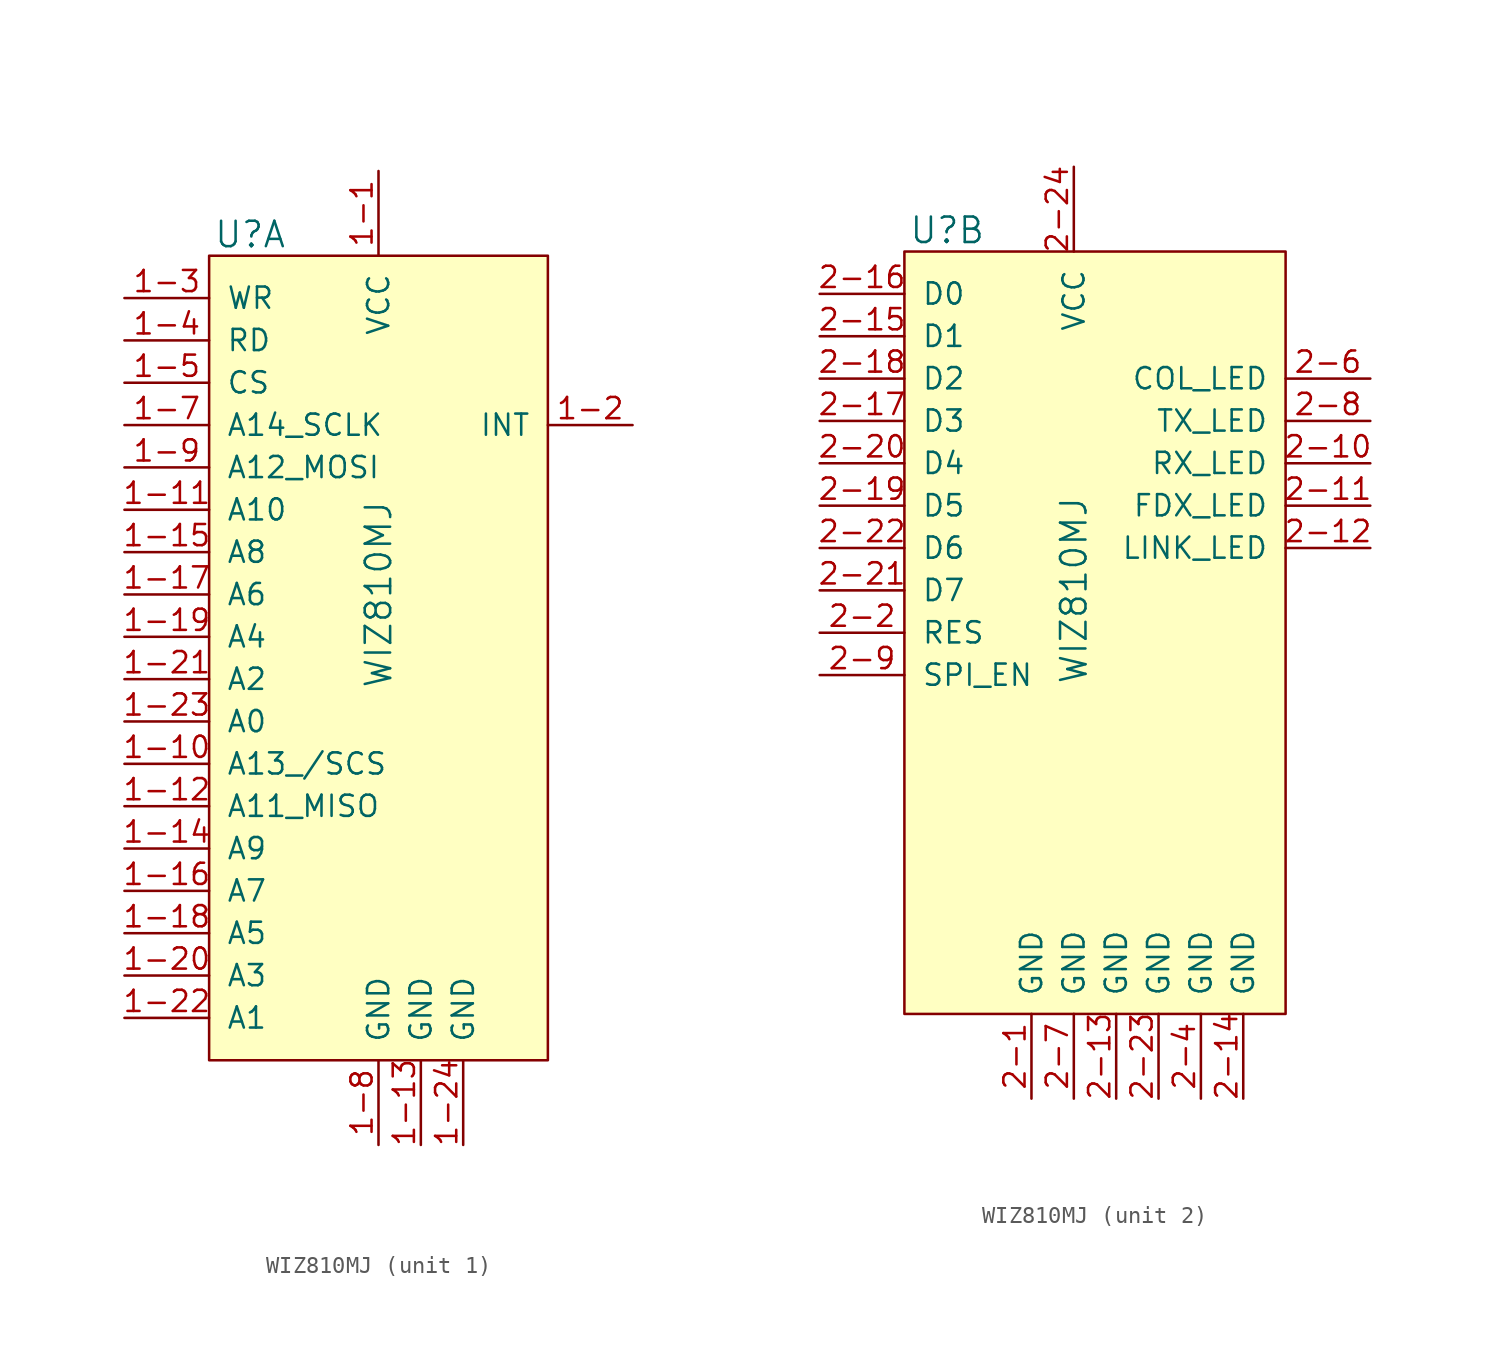
<source format=kicad_sym>
(kicad_symbol_lib
  (version 20231120)
  (generator "kicad_symbol_editor")
  (generator_version "8.0")
  (symbol "WIZ810MJ"
    (pin_names
      (offset 1.016))
    (property "Reference" "U"
      (at -9.906 21.59 0)
      (effects (font (size 1.524 1.524)) (justify left)))
    (property "Value" "WIZ810MJ"
      (at 0 0 90)
      (effects (font (size 1.524 1.524))))
    (property "ki_locked" ""
      (at 0 0 0)
      (effects (font (size 1.27 1.27))))
    (symbol "WIZ810MJ_1_1"
      (rectangle (start -10.16 20.32) (end 10.16 -27.94) (stroke (width 0) (type solid)) (fill (type background)))
      (pin power_in line (at 0 25.4 270) (length 5.08) (name "VCC" (effects (font (size 1.27 1.27)))) (number "1-1" (effects (font (size 1.27 1.27)))))
      (pin input line (at -15.24 -10.16 0) (length 5.08) (name "A13_/SCS" (effects (font (size 1.27 1.27)))) (number "1-10" (effects (font (size 1.27 1.27)))))
      (pin input line (at -15.24 5.08 0) (length 5.08) (name "A10" (effects (font (size 1.27 1.27)))) (number "1-11" (effects (font (size 1.27 1.27)))))
      (pin bidirectional line (at -15.24 -12.7 0) (length 5.08) (name "A11_MISO" (effects (font (size 1.27 1.27)))) (number "1-12" (effects (font (size 1.27 1.27)))))
      (pin power_in line (at 2.54 -33.02 90) (length 5.08) (name "GND" (effects (font (size 1.27 1.27)))) (number "1-13" (effects (font (size 1.27 1.27)))))
      (pin input line (at -15.24 -15.24 0) (length 5.08) (name "A9" (effects (font (size 1.27 1.27)))) (number "1-14" (effects (font (size 1.27 1.27)))))
      (pin input line (at -15.24 2.54 0) (length 5.08) (name "A8" (effects (font (size 1.27 1.27)))) (number "1-15" (effects (font (size 1.27 1.27)))))
      (pin input line (at -15.24 -17.78 0) (length 5.08) (name "A7" (effects (font (size 1.27 1.27)))) (number "1-16" (effects (font (size 1.27 1.27)))))
      (pin input line (at -15.24 0 0) (length 5.08) (name "A6" (effects (font (size 1.27 1.27)))) (number "1-17" (effects (font (size 1.27 1.27)))))
      (pin input line (at -15.24 -20.32 0) (length 5.08) (name "A5" (effects (font (size 1.27 1.27)))) (number "1-18" (effects (font (size 1.27 1.27)))))
      (pin input line (at -15.24 -2.54 0) (length 5.08) (name "A4" (effects (font (size 1.27 1.27)))) (number "1-19" (effects (font (size 1.27 1.27)))))
      (pin output line (at 15.24 10.16 180) (length 5.08) (name "INT" (effects (font (size 1.27 1.27)))) (number "1-2" (effects (font (size 1.27 1.27)))))
      (pin input line (at -15.24 -22.86 0) (length 5.08) (name "A3" (effects (font (size 1.27 1.27)))) (number "1-20" (effects (font (size 1.27 1.27)))))
      (pin input line (at -15.24 -5.08 0) (length 5.08) (name "A2" (effects (font (size 1.27 1.27)))) (number "1-21" (effects (font (size 1.27 1.27)))))
      (pin input line (at -15.24 -25.4 0) (length 5.08) (name "A1" (effects (font (size 1.27 1.27)))) (number "1-22" (effects (font (size 1.27 1.27)))))
      (pin input line (at -15.24 -7.62 0) (length 5.08) (name "A0" (effects (font (size 1.27 1.27)))) (number "1-23" (effects (font (size 1.27 1.27)))))
      (pin power_in line (at 5.08 -33.02 90) (length 5.08) (name "GND" (effects (font (size 1.27 1.27)))) (number "1-24" (effects (font (size 1.27 1.27)))))
      (pin no_connect line (at 10.16 -12.7 180) (length 5.08) hide (name "NC" (effects (font (size 1.27 1.27)))) (number "1-25" (effects (font (size 1.27 1.27)))))
      (pin no_connect line (at 10.16 -15.24 180) (length 5.08) hide (name "NC" (effects (font (size 1.27 1.27)))) (number "1-26" (effects (font (size 1.27 1.27)))))
      (pin no_connect line (at 10.16 -17.78 180) (length 5.08) hide (name "NC" (effects (font (size 1.27 1.27)))) (number "1-27" (effects (font (size 1.27 1.27)))))
      (pin no_connect line (at 10.16 -20.32 180) (length 5.08) hide (name "NC" (effects (font (size 1.27 1.27)))) (number "1-28" (effects (font (size 1.27 1.27)))))
      (pin input line (at -15.24 17.78 0) (length 5.08) (name "WR" (effects (font (size 1.27 1.27)))) (number "1-3" (effects (font (size 1.27 1.27)))))
      (pin input line (at -15.24 15.24 0) (length 5.08) (name "RD" (effects (font (size 1.27 1.27)))) (number "1-4" (effects (font (size 1.27 1.27)))))
      (pin input line (at -15.24 12.7 0) (length 5.08) (name "CS" (effects (font (size 1.27 1.27)))) (number "1-5" (effects (font (size 1.27 1.27)))))
      (pin no_connect line (at 10.16 -10.16 180) (length 5.08) hide (name "NC" (effects (font (size 1.27 1.27)))) (number "1-6" (effects (font (size 1.27 1.27)))))
      (pin input line (at -15.24 10.16 0) (length 5.08) (name "A14_SCLK" (effects (font (size 1.27 1.27)))) (number "1-7" (effects (font (size 1.27 1.27)))))
      (pin power_in line (at 0 -33.02 90) (length 5.08) (name "GND" (effects (font (size 1.27 1.27)))) (number "1-8" (effects (font (size 1.27 1.27)))))
      (pin input line (at -15.24 7.62 0) (length 5.08) (name "A12_MOSI" (effects (font (size 1.27 1.27)))) (number "1-9" (effects (font (size 1.27 1.27))))))
    (symbol "WIZ810MJ_2_1"
      (rectangle (start -10.16 20.32) (end 12.7 -25.4) (stroke (width 0) (type solid)) (fill (type background)))
      (pin power_in line (at -2.54 -30.48 90) (length 5.08) (name "GND" (effects (font (size 1.27 1.27)))) (number "2-1" (effects (font (size 1.27 1.27)))))
      (pin output line (at 17.78 7.62 180) (length 5.08) (name "RX_LED" (effects (font (size 1.27 1.27)))) (number "2-10" (effects (font (size 1.27 1.27)))))
      (pin output line (at 17.78 5.08 180) (length 5.08) (name "FDX_LED" (effects (font (size 1.27 1.27)))) (number "2-11" (effects (font (size 1.27 1.27)))))
      (pin output line (at 17.78 2.54 180) (length 5.08) (name "LINK_LED" (effects (font (size 1.27 1.27)))) (number "2-12" (effects (font (size 1.27 1.27)))))
      (pin power_in line (at 2.54 -30.48 90) (length 5.08) (name "GND" (effects (font (size 1.27 1.27)))) (number "2-13" (effects (font (size 1.27 1.27)))))
      (pin power_in line (at 10.16 -30.48 90) (length 5.08) (name "GND" (effects (font (size 1.27 1.27)))) (number "2-14" (effects (font (size 1.27 1.27)))))
      (pin bidirectional line (at -15.24 15.24 0) (length 5.08) (name "D1" (effects (font (size 1.27 1.27)))) (number "2-15" (effects (font (size 1.27 1.27)))))
      (pin bidirectional line (at -15.24 17.78 0) (length 5.08) (name "D0" (effects (font (size 1.27 1.27)))) (number "2-16" (effects (font (size 1.27 1.27)))))
      (pin bidirectional line (at -15.24 10.16 0) (length 5.08) (name "D3" (effects (font (size 1.27 1.27)))) (number "2-17" (effects (font (size 1.27 1.27)))))
      (pin bidirectional line (at -15.24 12.7 0) (length 5.08) (name "D2" (effects (font (size 1.27 1.27)))) (number "2-18" (effects (font (size 1.27 1.27)))))
      (pin bidirectional line (at -15.24 5.08 0) (length 5.08) (name "D5" (effects (font (size 1.27 1.27)))) (number "2-19" (effects (font (size 1.27 1.27)))))
      (pin input line (at -15.24 -2.54 0) (length 5.08) (name "RES" (effects (font (size 1.27 1.27)))) (number "2-2" (effects (font (size 1.27 1.27)))))
      (pin bidirectional line (at -15.24 7.62 0) (length 5.08) (name "D4" (effects (font (size 1.27 1.27)))) (number "2-20" (effects (font (size 1.27 1.27)))))
      (pin bidirectional line (at -15.24 0 0) (length 5.08) (name "D7" (effects (font (size 1.27 1.27)))) (number "2-21" (effects (font (size 1.27 1.27)))))
      (pin bidirectional line (at -15.24 2.54 0) (length 5.08) (name "D6" (effects (font (size 1.27 1.27)))) (number "2-22" (effects (font (size 1.27 1.27)))))
      (pin power_in line (at 5.08 -30.48 90) (length 5.08) (name "GND" (effects (font (size 1.27 1.27)))) (number "2-23" (effects (font (size 1.27 1.27)))))
      (pin power_in line (at 0 25.4 270) (length 5.08) (name "VCC" (effects (font (size 1.27 1.27)))) (number "2-24" (effects (font (size 1.27 1.27)))))
      (pin no_connect line (at -10.16 -12.7 0) (length 5.08) hide (name "NC" (effects (font (size 1.27 1.27)))) (number "2-25" (effects (font (size 1.27 1.27)))))
      (pin no_connect line (at -10.16 -17.78 0) (length 5.08) hide (name "NC" (effects (font (size 1.27 1.27)))) (number "2-26" (effects (font (size 1.27 1.27)))))
      (pin no_connect line (at -10.16 -15.24 0) (length 5.08) hide (name "NC" (effects (font (size 1.27 1.27)))) (number "2-27" (effects (font (size 1.27 1.27)))))
      (pin no_connect line (at -10.16 -20.32 0) (length 5.08) hide (name "NC" (effects (font (size 1.27 1.27)))) (number "2-28" (effects (font (size 1.27 1.27)))))
      (pin no_connect line (at -10.16 -7.62 0) (length 5.08) hide (name "NC" (effects (font (size 1.27 1.27)))) (number "2-3" (effects (font (size 1.27 1.27)))))
      (pin power_in line (at 7.62 -30.48 90) (length 5.08) (name "GND" (effects (font (size 1.27 1.27)))) (number "2-4" (effects (font (size 1.27 1.27)))))
      (pin no_connect line (at -10.16 -10.16 0) (length 5.08) hide (name "NC" (effects (font (size 1.27 1.27)))) (number "2-5" (effects (font (size 1.27 1.27)))))
      (pin output line (at 17.78 12.7 180) (length 5.08) (name "COL_LED" (effects (font (size 1.27 1.27)))) (number "2-6" (effects (font (size 1.27 1.27)))))
      (pin power_in line (at 0 -30.48 90) (length 5.08) (name "GND" (effects (font (size 1.27 1.27)))) (number "2-7" (effects (font (size 1.27 1.27)))))
      (pin output line (at 17.78 10.16 180) (length 5.08) (name "TX_LED" (effects (font (size 1.27 1.27)))) (number "2-8" (effects (font (size 1.27 1.27)))))
      (pin input line (at -15.24 -5.08 0) (length 5.08) (name "SPI_EN" (effects (font (size 1.27 1.27)))) (number "2-9" (effects (font (size 1.27 1.27))))))))
</source>
